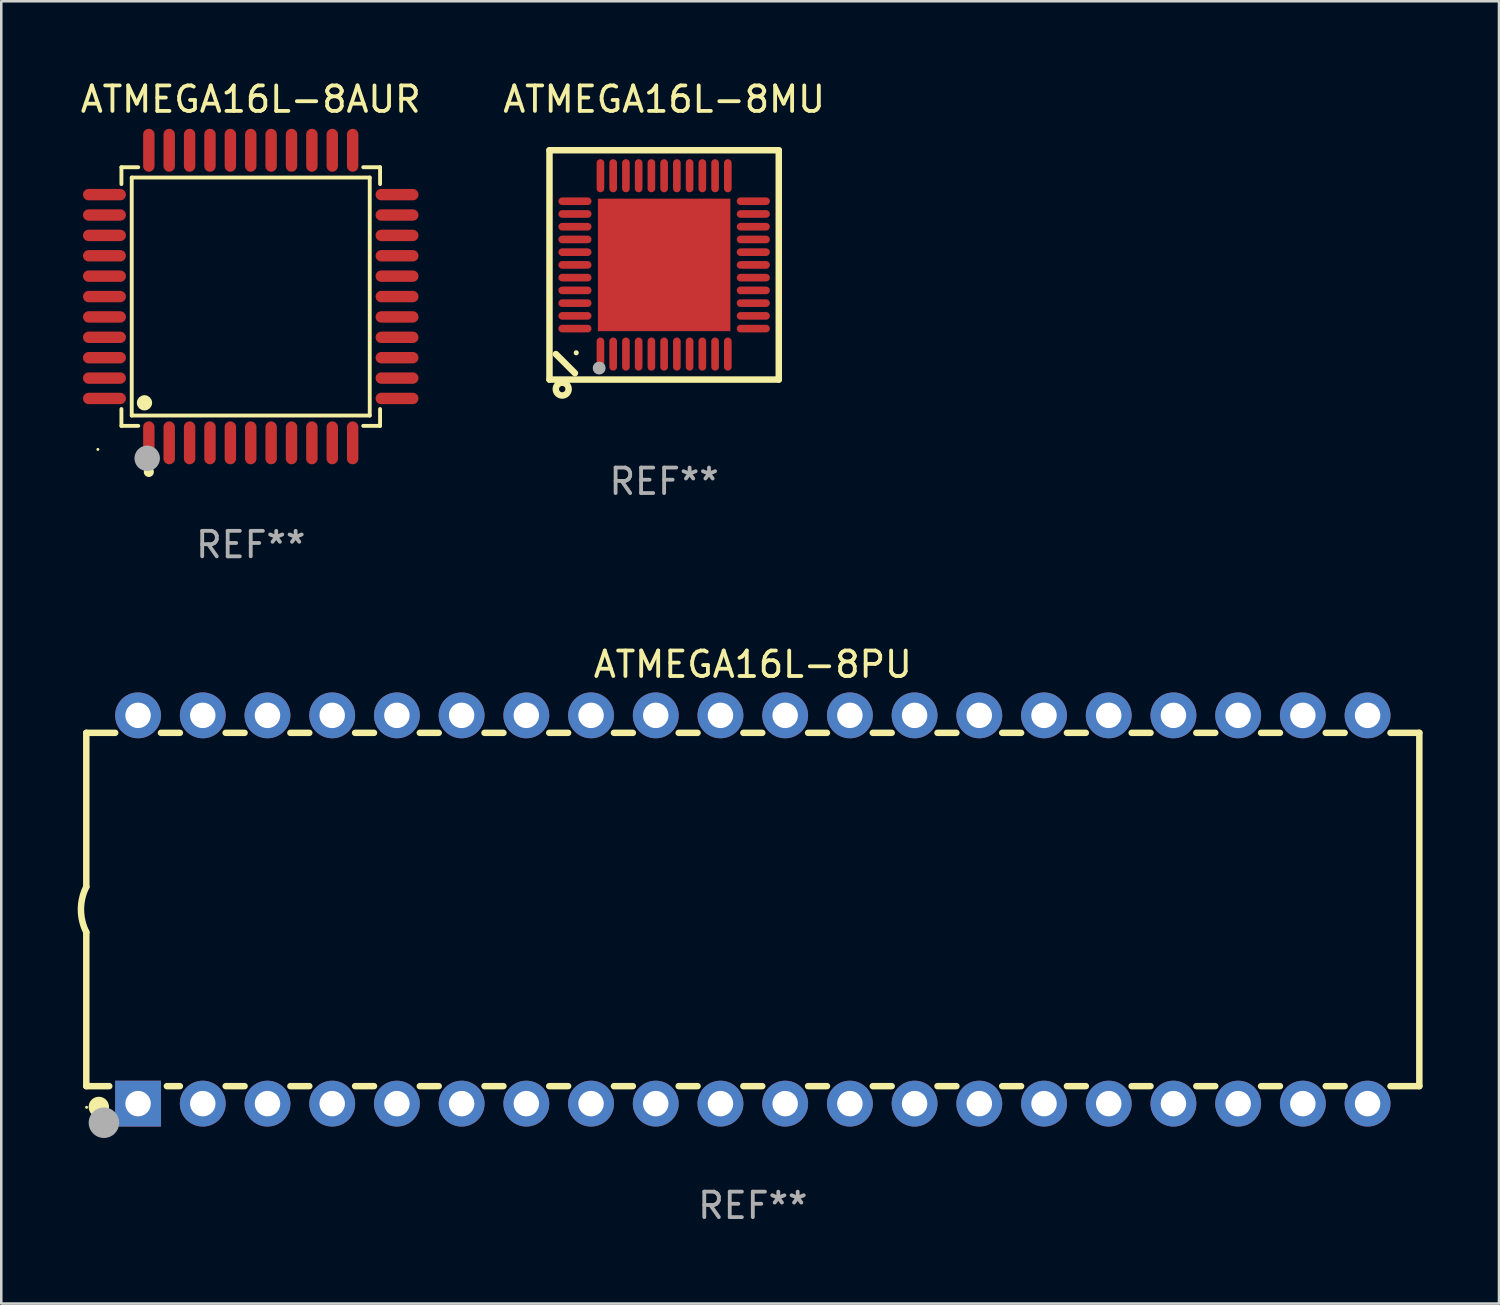
<source format=kicad_pcb>
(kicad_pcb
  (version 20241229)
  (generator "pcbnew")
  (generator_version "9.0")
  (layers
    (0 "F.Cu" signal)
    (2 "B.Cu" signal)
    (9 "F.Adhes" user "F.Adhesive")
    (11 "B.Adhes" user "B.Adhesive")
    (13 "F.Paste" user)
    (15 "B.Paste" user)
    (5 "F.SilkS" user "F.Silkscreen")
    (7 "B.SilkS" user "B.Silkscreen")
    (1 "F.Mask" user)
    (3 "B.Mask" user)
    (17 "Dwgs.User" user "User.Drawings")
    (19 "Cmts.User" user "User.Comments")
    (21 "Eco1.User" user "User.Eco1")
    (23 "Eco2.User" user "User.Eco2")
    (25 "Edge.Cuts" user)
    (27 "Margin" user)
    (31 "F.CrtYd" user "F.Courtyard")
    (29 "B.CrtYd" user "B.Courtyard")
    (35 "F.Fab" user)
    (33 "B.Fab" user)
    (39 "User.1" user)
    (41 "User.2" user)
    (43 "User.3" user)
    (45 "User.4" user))
  (footprint "ATMEGA16L-8PU"
    (layer "F.Cu")
    (at 26.499 32.649)
    (property "Reference" "ATMEGA16L-8PU" (at 0 -9.62 0) (layer "F.SilkS") (effects (font (size 1 1) (thickness 0.15))))
    (attr through_hole)
    (fp_line (start -26.162 -6.934) (end -26.162 -0.889) (stroke (width 0.254) (type solid)) (layer "F.SilkS"))
    (fp_line (start -26.162 -6.934) (end -25.029 -6.934) (stroke (width 0.254) (type solid)) (layer "F.SilkS"))
    (fp_line (start -26.162 6.934) (end -26.162 0.889) (stroke (width 0.254) (type solid)) (layer "F.SilkS"))
    (fp_line (start -26.162 6.934) (end -25.261 6.934) (stroke (width 0.254) (type solid)) (layer "F.SilkS"))
    (fp_line (start -23.231 -6.934) (end -22.489 -6.934) (stroke (width 0.254) (type solid)) (layer "F.SilkS"))
    (fp_line (start -22.999 6.934) (end -22.489 6.934) (stroke (width 0.254) (type solid)) (layer "F.SilkS"))
    (fp_line (start -20.691 -6.934) (end -19.949 -6.934) (stroke (width 0.254) (type solid)) (layer "F.SilkS"))
    (fp_line (start -20.691 6.934) (end -19.949 6.934) (stroke (width 0.254) (type solid)) (layer "F.SilkS"))
    (fp_line (start -18.151 -6.934) (end -17.409 -6.934) (stroke (width 0.254) (type solid)) (layer "F.SilkS"))
    (fp_line (start -18.151 6.934) (end -17.409 6.934) (stroke (width 0.254) (type solid)) (layer "F.SilkS"))
    (fp_line (start -15.611 -6.934) (end -14.869 -6.934) (stroke (width 0.254) (type solid)) (layer "F.SilkS"))
    (fp_line (start -15.611 6.934) (end -14.869 6.934) (stroke (width 0.254) (type solid)) (layer "F.SilkS"))
    (fp_line (start -13.071 -6.934) (end -12.329 -6.934) (stroke (width 0.254) (type solid)) (layer "F.SilkS"))
    (fp_line (start -13.071 6.934) (end -12.329 6.934) (stroke (width 0.254) (type solid)) (layer "F.SilkS"))
    (fp_line (start -10.531 -6.934) (end -9.789 -6.934) (stroke (width 0.254) (type solid)) (layer "F.SilkS"))
    (fp_line (start -10.531 6.934) (end -9.789 6.934) (stroke (width 0.254) (type solid)) (layer "F.SilkS"))
    (fp_line (start -7.991 -6.934) (end -7.249 -6.934) (stroke (width 0.254) (type solid)) (layer "F.SilkS"))
    (fp_line (start -7.991 6.934) (end -7.249 6.934) (stroke (width 0.254) (type solid)) (layer "F.SilkS"))
    (fp_line (start -5.451 -6.934) (end -4.709 -6.934) (stroke (width 0.254) (type solid)) (layer "F.SilkS"))
    (fp_line (start -5.451 6.934) (end -4.709 6.934) (stroke (width 0.254) (type solid)) (layer "F.SilkS"))
    (fp_line (start -2.911 -6.934) (end -2.169 -6.934) (stroke (width 0.254) (type solid)) (layer "F.SilkS"))
    (fp_line (start -2.911 6.934) (end -2.169 6.934) (stroke (width 0.254) (type solid)) (layer "F.SilkS"))
    (fp_line (start -0.371 -6.934) (end 0.371 -6.934) (stroke (width 0.254) (type solid)) (layer "F.SilkS"))
    (fp_line (start -0.371 6.934) (end 0.371 6.934) (stroke (width 0.254) (type solid)) (layer "F.SilkS"))
    (fp_line (start 2.169 -6.934) (end 2.911 -6.934) (stroke (width 0.254) (type solid)) (layer "F.SilkS"))
    (fp_line (start 2.169 6.934) (end 2.911 6.934) (stroke (width 0.254) (type solid)) (layer "F.SilkS"))
    (fp_line (start 4.709 -6.934) (end 5.451 -6.934) (stroke (width 0.254) (type solid)) (layer "F.SilkS"))
    (fp_line (start 4.709 6.934) (end 5.451 6.934) (stroke (width 0.254) (type solid)) (layer "F.SilkS"))
    (fp_line (start 7.249 -6.934) (end 7.991 -6.934) (stroke (width 0.254) (type solid)) (layer "F.SilkS"))
    (fp_line (start 7.249 6.934) (end 7.991 6.934) (stroke (width 0.254) (type solid)) (layer "F.SilkS"))
    (fp_line (start 9.789 -6.934) (end 10.531 -6.934) (stroke (width 0.254) (type solid)) (layer "F.SilkS"))
    (fp_line (start 9.789 6.934) (end 10.531 6.934) (stroke (width 0.254) (type solid)) (layer "F.SilkS"))
    (fp_line (start 12.329 -6.934) (end 13.071 -6.934) (stroke (width 0.254) (type solid)) (layer "F.SilkS"))
    (fp_line (start 12.329 6.934) (end 13.071 6.934) (stroke (width 0.254) (type solid)) (layer "F.SilkS"))
    (fp_line (start 14.869 -6.934) (end 15.611 -6.934) (stroke (width 0.254) (type solid)) (layer "F.SilkS"))
    (fp_line (start 14.869 6.934) (end 15.611 6.934) (stroke (width 0.254) (type solid)) (layer "F.SilkS"))
    (fp_line (start 17.409 -6.934) (end 18.151 -6.934) (stroke (width 0.254) (type solid)) (layer "F.SilkS"))
    (fp_line (start 17.409 6.934) (end 18.151 6.934) (stroke (width 0.254) (type solid)) (layer "F.SilkS"))
    (fp_line (start 19.949 -6.934) (end 20.691 -6.934) (stroke (width 0.254) (type solid)) (layer "F.SilkS"))
    (fp_line (start 19.949 6.934) (end 20.691 6.934) (stroke (width 0.254) (type solid)) (layer "F.SilkS"))
    (fp_line (start 22.489 -6.934) (end 23.231 -6.934) (stroke (width 0.254) (type solid)) (layer "F.SilkS"))
    (fp_line (start 22.489 6.934) (end 23.231 6.934) (stroke (width 0.254) (type solid)) (layer "F.SilkS"))
    (fp_line (start 25.029 -6.934) (end 26.162 -6.934) (stroke (width 0.254) (type solid)) (layer "F.SilkS"))
    (fp_line (start 25.029 6.934) (end 26.162 6.934) (stroke (width 0.254) (type solid)) (layer "F.SilkS"))
    (fp_line (start 26.162 -6.934) (end 26.162 6.934) (stroke (width 0.254) (type solid)) (layer "F.SilkS"))
    (fp_arc (start -26.162052 0.889001) (mid -26.371917 0) (end -26.162052 -0.889002) (stroke (width 0.254001) (type solid)) (layer "F.SilkS"))
    (fp_circle (center -26.15 7.765) (end -26.12 7.765) (stroke (width 0.06) (type solid)) (fill no) (layer "F.SilkS"))
    (fp_circle (center -25.67 7.75) (end -25.47 7.75) (stroke (width 0.4) (type solid)) (fill no) (layer "F.SilkS"))
    (fp_circle (center -25.47 8.37) (end -25.17 8.37) (stroke (width 0.6) (type solid)) (fill no) (layer "F.Fab"))
    (fp_text user "REF**" (at 0 11.62 0) (layer "F.Fab") (effects (font (size 1 1) (thickness 0.15))))
    (pad "1" thru_hole rect (at -24.13 7.62) (size 1.8 1.8) (drill 1) (layers "*.Cu" "*.Mask"))
    (pad "2" thru_hole circle (at -21.59 7.62) (size 1.8 1.8) (drill 1) (layers "*.Cu" "*.Mask"))
    (pad "3" thru_hole circle (at -19.05 7.62) (size 1.8 1.8) (drill 1) (layers "*.Cu" "*.Mask"))
    (pad "4" thru_hole circle (at -16.51 7.62) (size 1.8 1.8) (drill 1) (layers "*.Cu" "*.Mask"))
    (pad "5" thru_hole circle (at -13.97 7.62) (size 1.8 1.8) (drill 1) (layers "*.Cu" "*.Mask"))
    (pad "6" thru_hole circle (at -11.43 7.62) (size 1.8 1.8) (drill 1) (layers "*.Cu" "*.Mask"))
    (pad "7" thru_hole circle (at -8.89 7.62) (size 1.8 1.8) (drill 1) (layers "*.Cu" "*.Mask"))
    (pad "8" thru_hole circle (at -6.35 7.62) (size 1.8 1.8) (drill 1) (layers "*.Cu" "*.Mask"))
    (pad "9" thru_hole circle (at -3.81 7.62) (size 1.8 1.8) (drill 1) (layers "*.Cu" "*.Mask"))
    (pad "10" thru_hole circle (at -1.27 7.62) (size 1.8 1.8) (drill 1) (layers "*.Cu" "*.Mask"))
    (pad "11" thru_hole circle (at 1.27 7.62) (size 1.8 1.8) (drill 1) (layers "*.Cu" "*.Mask"))
    (pad "12" thru_hole circle (at 3.81 7.62) (size 1.8 1.8) (drill 1) (layers "*.Cu" "*.Mask"))
    (pad "13" thru_hole circle (at 6.35 7.62) (size 1.8 1.8) (drill 1) (layers "*.Cu" "*.Mask"))
    (pad "14" thru_hole circle (at 8.89 7.62) (size 1.8 1.8) (drill 1) (layers "*.Cu" "*.Mask"))
    (pad "15" thru_hole circle (at 11.43 7.62) (size 1.8 1.8) (drill 1) (layers "*.Cu" "*.Mask"))
    (pad "16" thru_hole circle (at 13.97 7.62) (size 1.8 1.8) (drill 1) (layers "*.Cu" "*.Mask"))
    (pad "17" thru_hole circle (at 16.51 7.62) (size 1.8 1.8) (drill 1) (layers "*.Cu" "*.Mask"))
    (pad "18" thru_hole circle (at 19.05 7.62) (size 1.8 1.8) (drill 1) (layers "*.Cu" "*.Mask"))
    (pad "19" thru_hole circle (at 21.59 7.62) (size 1.8 1.8) (drill 1) (layers "*.Cu" "*.Mask"))
    (pad "20" thru_hole circle (at 24.13 7.62) (size 1.8 1.8) (drill 1) (layers "*.Cu" "*.Mask"))
    (pad "21" thru_hole circle (at 24.13 -7.62) (size 1.8 1.8) (drill 1) (layers "*.Cu" "*.Mask"))
    (pad "22" thru_hole circle (at 21.59 -7.62) (size 1.8 1.8) (drill 1) (layers "*.Cu" "*.Mask"))
    (pad "23" thru_hole circle (at 19.05 -7.62) (size 1.8 1.8) (drill 1) (layers "*.Cu" "*.Mask"))
    (pad "24" thru_hole circle (at 16.51 -7.62) (size 1.8 1.8) (drill 1) (layers "*.Cu" "*.Mask"))
    (pad "25" thru_hole circle (at 13.97 -7.62) (size 1.8 1.8) (drill 1) (layers "*.Cu" "*.Mask"))
    (pad "26" thru_hole circle (at 11.43 -7.62) (size 1.8 1.8) (drill 1) (layers "*.Cu" "*.Mask"))
    (pad "27" thru_hole circle (at 8.89 -7.62) (size 1.8 1.8) (drill 1) (layers "*.Cu" "*.Mask"))
    (pad "28" thru_hole circle (at 6.35 -7.62) (size 1.8 1.8) (drill 1) (layers "*.Cu" "*.Mask"))
    (pad "29" thru_hole circle (at 3.81 -7.62) (size 1.8 1.8) (drill 1) (layers "*.Cu" "*.Mask"))
    (pad "30" thru_hole circle (at 1.27 -7.62) (size 1.8 1.8) (drill 1) (layers "*.Cu" "*.Mask"))
    (pad "31" thru_hole circle (at -1.27 -7.62) (size 1.8 1.8) (drill 1) (layers "*.Cu" "*.Mask"))
    (pad "32" thru_hole circle (at -3.81 -7.62) (size 1.8 1.8) (drill 1) (layers "*.Cu" "*.Mask"))
    (pad "33" thru_hole circle (at -6.35 -7.62) (size 1.8 1.8) (drill 1) (layers "*.Cu" "*.Mask"))
    (pad "34" thru_hole circle (at -8.89 -7.62) (size 1.8 1.8) (drill 1) (layers "*.Cu" "*.Mask"))
    (pad "35" thru_hole circle (at -11.43 -7.62) (size 1.8 1.8) (drill 1) (layers "*.Cu" "*.Mask"))
    (pad "36" thru_hole circle (at -13.97 -7.62) (size 1.8 1.8) (drill 1) (layers "*.Cu" "*.Mask"))
    (pad "37" thru_hole circle (at -16.51 -7.62) (size 1.8 1.8) (drill 1) (layers "*.Cu" "*.Mask"))
    (pad "38" thru_hole circle (at -19.05 -7.62) (size 1.8 1.8) (drill 1) (layers "*.Cu" "*.Mask"))
    (pad "39" thru_hole circle (at -21.59 -7.62) (size 1.8 1.8) (drill 1) (layers "*.Cu" "*.Mask"))
    (pad "40" thru_hole circle (at -24.13 -7.62) (size 1.8 1.8) (drill 1) (layers "*.Cu" "*.Mask")))
  (footprint "ATMEGA16L-8AUR"
    (layer "F.Cu")
    (at 6.792 8.59)
    (property "Reference" "ATMEGA16L-8AUR" (at 0 -7.742 0) (layer "F.SilkS") (effects (font (size 1 1) (thickness 0.15))))
    (attr through_hole)
    (fp_line (start -5.076 -5.076) (end -4.415 -5.076) (stroke (width 0.152) (type solid)) (layer "F.SilkS"))
    (fp_line (start -5.076 -4.415) (end -5.076 -5.076) (stroke (width 0.152) (type solid)) (layer "F.SilkS"))
    (fp_line (start -5.076 4.415) (end -5.076 5.076) (stroke (width 0.152) (type solid)) (layer "F.SilkS"))
    (fp_line (start -5.076 5.076) (end -4.415 5.076) (stroke (width 0.152) (type solid)) (layer "F.SilkS"))
    (fp_line (start -4.671 -4.671) (end 4.671 -4.671) (stroke (width 0.152) (type solid)) (layer "F.SilkS"))
    (fp_line (start -4.671 4.671) (end -4.671 -4.671) (stroke (width 0.152) (type solid)) (layer "F.SilkS"))
    (fp_line (start 4.671 -4.671) (end 4.671 4.671) (stroke (width 0.152) (type solid)) (layer "F.SilkS"))
    (fp_line (start 4.671 4.671) (end -4.671 4.671) (stroke (width 0.152) (type solid)) (layer "F.SilkS"))
    (fp_line (start 5.076 -5.076) (end 4.415 -5.076) (stroke (width 0.152) (type solid)) (layer "F.SilkS"))
    (fp_line (start 5.076 -4.415) (end 5.076 -5.076) (stroke (width 0.152) (type solid)) (layer "F.SilkS"))
    (fp_line (start 5.076 4.415) (end 5.076 5.076) (stroke (width 0.152) (type solid)) (layer "F.SilkS"))
    (fp_line (start 5.076 5.076) (end 4.415 5.076) (stroke (width 0.152) (type solid)) (layer "F.SilkS"))
    (fp_circle (center -6 6) (end -5.97 6) (stroke (width 0.06) (type solid)) (fill no) (layer "F.SilkS"))
    (fp_circle (center -4.171 4.171) (end -4.021 4.171) (stroke (width 0.3) (type solid)) (fill no) (layer "F.SilkS"))
    (fp_circle (center -4 6.884) (end -3.9 6.884) (stroke (width 0.2) (type solid)) (fill no) (layer "F.SilkS"))
    (fp_circle (center -4.064 6.35) (end -3.814 6.35) (stroke (width 0.5) (type solid)) (fill no) (layer "F.Fab"))
    (fp_text user "REF**" (at 0 9.742 0) (layer "F.Fab") (effects (font (size 1 1) (thickness 0.15))))
    (pad "1" smd oval (at -4 5.742) (size 0.448 1.684) (layers "F.Cu" "F.Mask" "F.Paste"))
    (pad "2" smd oval (at -3.2 5.742) (size 0.448 1.684) (layers "F.Cu" "F.Mask" "F.Paste"))
    (pad "3" smd oval (at -2.4 5.742) (size 0.448 1.684) (layers "F.Cu" "F.Mask" "F.Paste"))
    (pad "4" smd oval (at -1.6 5.742) (size 0.448 1.684) (layers "F.Cu" "F.Mask" "F.Paste"))
    (pad "5" smd oval (at -0.8 5.742) (size 0.448 1.684) (layers "F.Cu" "F.Mask" "F.Paste"))
    (pad "6" smd oval (at 0 5.742) (size 0.448 1.684) (layers "F.Cu" "F.Mask" "F.Paste"))
    (pad "7" smd oval (at 0.8 5.742) (size 0.448 1.684) (layers "F.Cu" "F.Mask" "F.Paste"))
    (pad "8" smd oval (at 1.6 5.742) (size 0.448 1.684) (layers "F.Cu" "F.Mask" "F.Paste"))
    (pad "9" smd oval (at 2.4 5.742) (size 0.448 1.684) (layers "F.Cu" "F.Mask" "F.Paste"))
    (pad "10" smd oval (at 3.2 5.742) (size 0.448 1.684) (layers "F.Cu" "F.Mask" "F.Paste"))
    (pad "11" smd oval (at 4 5.742) (size 0.448 1.684) (layers "F.Cu" "F.Mask" "F.Paste"))
    (pad "12" smd oval (at 5.742 4) (size 1.684 0.448) (layers "F.Cu" "F.Mask" "F.Paste"))
    (pad "13" smd oval (at 5.742 3.2) (size 1.684 0.448) (layers "F.Cu" "F.Mask" "F.Paste"))
    (pad "14" smd oval (at 5.742 2.4) (size 1.684 0.448) (layers "F.Cu" "F.Mask" "F.Paste"))
    (pad "15" smd oval (at 5.742 1.6) (size 1.684 0.448) (layers "F.Cu" "F.Mask" "F.Paste"))
    (pad "16" smd oval (at 5.742 0.8) (size 1.684 0.448) (layers "F.Cu" "F.Mask" "F.Paste"))
    (pad "17" smd oval (at 5.742 0) (size 1.684 0.448) (layers "F.Cu" "F.Mask" "F.Paste"))
    (pad "18" smd oval (at 5.742 -0.8) (size 1.684 0.448) (layers "F.Cu" "F.Mask" "F.Paste"))
    (pad "19" smd oval (at 5.742 -1.6) (size 1.684 0.448) (layers "F.Cu" "F.Mask" "F.Paste"))
    (pad "20" smd oval (at 5.742 -2.4) (size 1.684 0.448) (layers "F.Cu" "F.Mask" "F.Paste"))
    (pad "21" smd oval (at 5.742 -3.2) (size 1.684 0.448) (layers "F.Cu" "F.Mask" "F.Paste"))
    (pad "22" smd oval (at 5.742 -4) (size 1.684 0.448) (layers "F.Cu" "F.Mask" "F.Paste"))
    (pad "23" smd oval (at 4 -5.742) (size 0.448 1.684) (layers "F.Cu" "F.Mask" "F.Paste"))
    (pad "24" smd oval (at 3.2 -5.742) (size 0.448 1.684) (layers "F.Cu" "F.Mask" "F.Paste"))
    (pad "25" smd oval (at 2.4 -5.742) (size 0.448 1.684) (layers "F.Cu" "F.Mask" "F.Paste"))
    (pad "26" smd oval (at 1.6 -5.742) (size 0.448 1.684) (layers "F.Cu" "F.Mask" "F.Paste"))
    (pad "27" smd oval (at 0.8 -5.742) (size 0.448 1.684) (layers "F.Cu" "F.Mask" "F.Paste"))
    (pad "28" smd oval (at 0 -5.742) (size 0.448 1.684) (layers "F.Cu" "F.Mask" "F.Paste"))
    (pad "29" smd oval (at -0.8 -5.742) (size 0.448 1.684) (layers "F.Cu" "F.Mask" "F.Paste"))
    (pad "30" smd oval (at -1.6 -5.742) (size 0.448 1.684) (layers "F.Cu" "F.Mask" "F.Paste"))
    (pad "31" smd oval (at -2.4 -5.742) (size 0.448 1.684) (layers "F.Cu" "F.Mask" "F.Paste"))
    (pad "32" smd oval (at -3.2 -5.742) (size 0.448 1.684) (layers "F.Cu" "F.Mask" "F.Paste"))
    (pad "33" smd oval (at -4 -5.742) (size 0.448 1.684) (layers "F.Cu" "F.Mask" "F.Paste"))
    (pad "34" smd oval (at -5.742 -4) (size 1.684 0.448) (layers "F.Cu" "F.Mask" "F.Paste"))
    (pad "35" smd oval (at -5.742 -3.2) (size 1.684 0.448) (layers "F.Cu" "F.Mask" "F.Paste"))
    (pad "36" smd oval (at -5.742 -2.4) (size 1.684 0.448) (layers "F.Cu" "F.Mask" "F.Paste"))
    (pad "37" smd oval (at -5.742 -1.6) (size 1.684 0.448) (layers "F.Cu" "F.Mask" "F.Paste"))
    (pad "38" smd oval (at -5.742 -0.8) (size 1.684 0.448) (layers "F.Cu" "F.Mask" "F.Paste"))
    (pad "39" smd oval (at -5.742 0) (size 1.684 0.448) (layers "F.Cu" "F.Mask" "F.Paste"))
    (pad "40" smd oval (at -5.742 0.8) (size 1.684 0.448) (layers "F.Cu" "F.Mask" "F.Paste"))
    (pad "41" smd oval (at -5.742 1.6) (size 1.684 0.448) (layers "F.Cu" "F.Mask" "F.Paste"))
    (pad "42" smd oval (at -5.742 2.4) (size 1.684 0.448) (layers "F.Cu" "F.Mask" "F.Paste"))
    (pad "43" smd oval (at -5.742 3.2) (size 1.684 0.448) (layers "F.Cu" "F.Mask" "F.Paste"))
    (pad "44" smd oval (at -5.742 4) (size 1.684 0.448) (layers "F.Cu" "F.Mask" "F.Paste")))
  (footprint "ATMEGA16L-8MU"
    (layer "F.Cu")
    (at 23.018 7.348)
    (property "Reference" "ATMEGA16L-8MU" (at 0 -6.5 0) (layer "F.SilkS") (effects (font (size 1 1) (thickness 0.15))))
    (attr through_hole)
    (fp_line (start -4.5 -4.5) (end -4.5 4.5) (stroke (width 0.254) (type solid)) (layer "F.SilkS"))
    (fp_line (start -4.5 4.5) (end 4.5 4.5) (stroke (width 0.254) (type solid)) (layer "F.SilkS"))
    (fp_line (start -3.5 4.25) (end -4.25 3.5) (stroke (width 0.254) (type solid)) (layer "F.SilkS"))
    (fp_line (start 4.5 -4.5) (end -4.5 -4.5) (stroke (width 0.254) (type solid)) (layer "F.SilkS"))
    (fp_line (start 4.5 4.5) (end 4.5 -4.5) (stroke (width 0.254) (type solid)) (layer "F.SilkS"))
    (fp_circle (center -4 4.875) (end -3.875 4.875) (stroke (width 0.254) (type solid)) (fill no) (layer "F.SilkS"))
    (fp_circle (center -3.45 3.45) (end -3.4 3.45) (stroke (width 0.1) (type solid)) (fill no) (layer "F.SilkS"))
    (fp_circle (center -2.55 4.05) (end -2.423 4.05) (stroke (width 0.254) (type solid)) (fill no) (layer "F.Fab"))
    (fp_text user "REF**" (at 0 8.5 0) (layer "F.Fab") (effects (font (size 1 1) (thickness 0.15))))
    (pad "1" smd oval (at -2.5 3.5 90) (size 1.3 0.3) (layers "F.Cu" "F.Mask" "F.Paste"))
    (pad "2" smd oval (at -2 3.5 90) (size 1.3 0.3) (layers "F.Cu" "F.Mask" "F.Paste"))
    (pad "3" smd oval (at -1.5 3.5 90) (size 1.3 0.3) (layers "F.Cu" "F.Mask" "F.Paste"))
    (pad "4" smd oval (at -1 3.5 90) (size 1.3 0.3) (layers "F.Cu" "F.Mask" "F.Paste"))
    (pad "5" smd oval (at -0.5 3.5 90) (size 1.3 0.3) (layers "F.Cu" "F.Mask" "F.Paste"))
    (pad "6" smd oval (at 0.000025 3.5 90) (size 1.3 0.3) (layers "F.Cu" "F.Mask" "F.Paste"))
    (pad "7" smd oval (at 0.5 3.5 90) (size 1.3 0.3) (layers "F.Cu" "F.Mask" "F.Paste"))
    (pad "8" smd oval (at 1 3.5 90) (size 1.3 0.3) (layers "F.Cu" "F.Mask" "F.Paste"))
    (pad "9" smd oval (at 1.5 3.5 90) (size 1.3 0.3) (layers "F.Cu" "F.Mask" "F.Paste"))
    (pad "10" smd oval (at 2 3.5 90) (size 1.3 0.3) (layers "F.Cu" "F.Mask" "F.Paste"))
    (pad "11" smd oval (at 2.5 3.5 90) (size 1.3 0.3) (layers "F.Cu" "F.Mask" "F.Paste"))
    (pad "12" smd oval (at 3.5 2.5 90) (size 0.3 1.3) (layers "F.Cu" "F.Mask" "F.Paste"))
    (pad "13" smd oval (at 3.5 2 90) (size 0.3 1.3) (layers "F.Cu" "F.Mask" "F.Paste"))
    (pad "14" smd oval (at 3.5 1.5 90) (size 0.3 1.3) (layers "F.Cu" "F.Mask" "F.Paste"))
    (pad "15" smd oval (at 3.5 1 90) (size 0.3 1.3) (layers "F.Cu" "F.Mask" "F.Paste"))
    (pad "16" smd oval (at 3.5 0.5 90) (size 0.3 1.3) (layers "F.Cu" "F.Mask" "F.Paste"))
    (pad "17" smd oval (at 3.5 0.000025 90) (size 0.3 1.3) (layers "F.Cu" "F.Mask" "F.Paste"))
    (pad "18" smd oval (at 3.5 -0.5 90) (size 0.3 1.3) (layers "F.Cu" "F.Mask" "F.Paste"))
    (pad "19" smd oval (at 3.5 -1 90) (size 0.3 1.3) (layers "F.Cu" "F.Mask" "F.Paste"))
    (pad "20" smd oval (at 3.5 -1.5 90) (size 0.3 1.3) (layers "F.Cu" "F.Mask" "F.Paste"))
    (pad "21" smd oval (at 3.5 -2 90) (size 0.3 1.3) (layers "F.Cu" "F.Mask" "F.Paste"))
    (pad "22" smd oval (at 3.5 -2.5 90) (size 0.3 1.3) (layers "F.Cu" "F.Mask" "F.Paste"))
    (pad "23" smd oval (at 2.5 -3.5 90) (size 1.3 0.3) (layers "F.Cu" "F.Mask" "F.Paste"))
    (pad "24" smd oval (at 2 -3.5 90) (size 1.3 0.3) (layers "F.Cu" "F.Mask" "F.Paste"))
    (pad "25" smd oval (at 1.5 -3.5 90) (size 1.3 0.3) (layers "F.Cu" "F.Mask" "F.Paste"))
    (pad "26" smd oval (at 1 -3.5 90) (size 1.3 0.3) (layers "F.Cu" "F.Mask" "F.Paste"))
    (pad "27" smd oval (at 0.5 -3.5 90) (size 1.3 0.3) (layers "F.Cu" "F.Mask" "F.Paste"))
    (pad "28" smd oval (at 0.000025 -3.5 90) (size 1.3 0.3) (layers "F.Cu" "F.Mask" "F.Paste"))
    (pad "29" smd oval (at -0.5 -3.5 90) (size 1.3 0.3) (layers "F.Cu" "F.Mask" "F.Paste"))
    (pad "30" smd oval (at -1 -3.5 90) (size 1.3 0.3) (layers "F.Cu" "F.Mask" "F.Paste"))
    (pad "31" smd oval (at -1.5 -3.5 90) (size 1.3 0.3) (layers "F.Cu" "F.Mask" "F.Paste"))
    (pad "32" smd oval (at -2 -3.5 90) (size 1.3 0.3) (layers "F.Cu" "F.Mask" "F.Paste"))
    (pad "33" smd oval (at -2.5 -3.5 90) (size 1.3 0.3) (layers "F.Cu" "F.Mask" "F.Paste"))
    (pad "34" smd oval (at -3.5 -2.5 90) (size 0.3 1.3) (layers "F.Cu" "F.Mask" "F.Paste"))
    (pad "35" smd oval (at -3.5 -2 90) (size 0.3 1.3) (layers "F.Cu" "F.Mask" "F.Paste"))
    (pad "36" smd oval (at -3.5 -1.5 90) (size 0.3 1.3) (layers "F.Cu" "F.Mask" "F.Paste"))
    (pad "37" smd oval (at -3.5 -1 90) (size 0.3 1.3) (layers "F.Cu" "F.Mask" "F.Paste"))
    (pad "38" smd oval (at -3.5 -0.5 90) (size 0.3 1.3) (layers "F.Cu" "F.Mask" "F.Paste"))
    (pad "39" smd oval (at -3.5 0.000025 90) (size 0.3 1.3) (layers "F.Cu" "F.Mask" "F.Paste"))
    (pad "40" smd oval (at -3.5 0.5 90) (size 0.3 1.3) (layers "F.Cu" "F.Mask" "F.Paste"))
    (pad "41" smd oval (at -3.5 1 90) (size 0.3 1.3) (layers "F.Cu" "F.Mask" "F.Paste"))
    (pad "42" smd oval (at -3.5 1.5 90) (size 0.3 1.3) (layers "F.Cu" "F.Mask" "F.Paste"))
    (pad "43" smd oval (at -3.5 2 90) (size 0.3 1.3) (layers "F.Cu" "F.Mask" "F.Paste"))
    (pad "44" smd oval (at -3.5 2.5 90) (size 0.3 1.3) (layers "F.Cu" "F.Mask" "F.Paste"))
    (pad "45" smd rect (at 0.000025 0.000025 90) (size 5.2 5.2) (layers "F.Cu" "F.Mask" "F.Paste")))
  (gr_rect
    (start -3 -3)
    (end 55.788 48.117)
    (stroke (width 0.1) (type default))
    (fill no)
    (layer "Edge.Cuts")))
</source>
